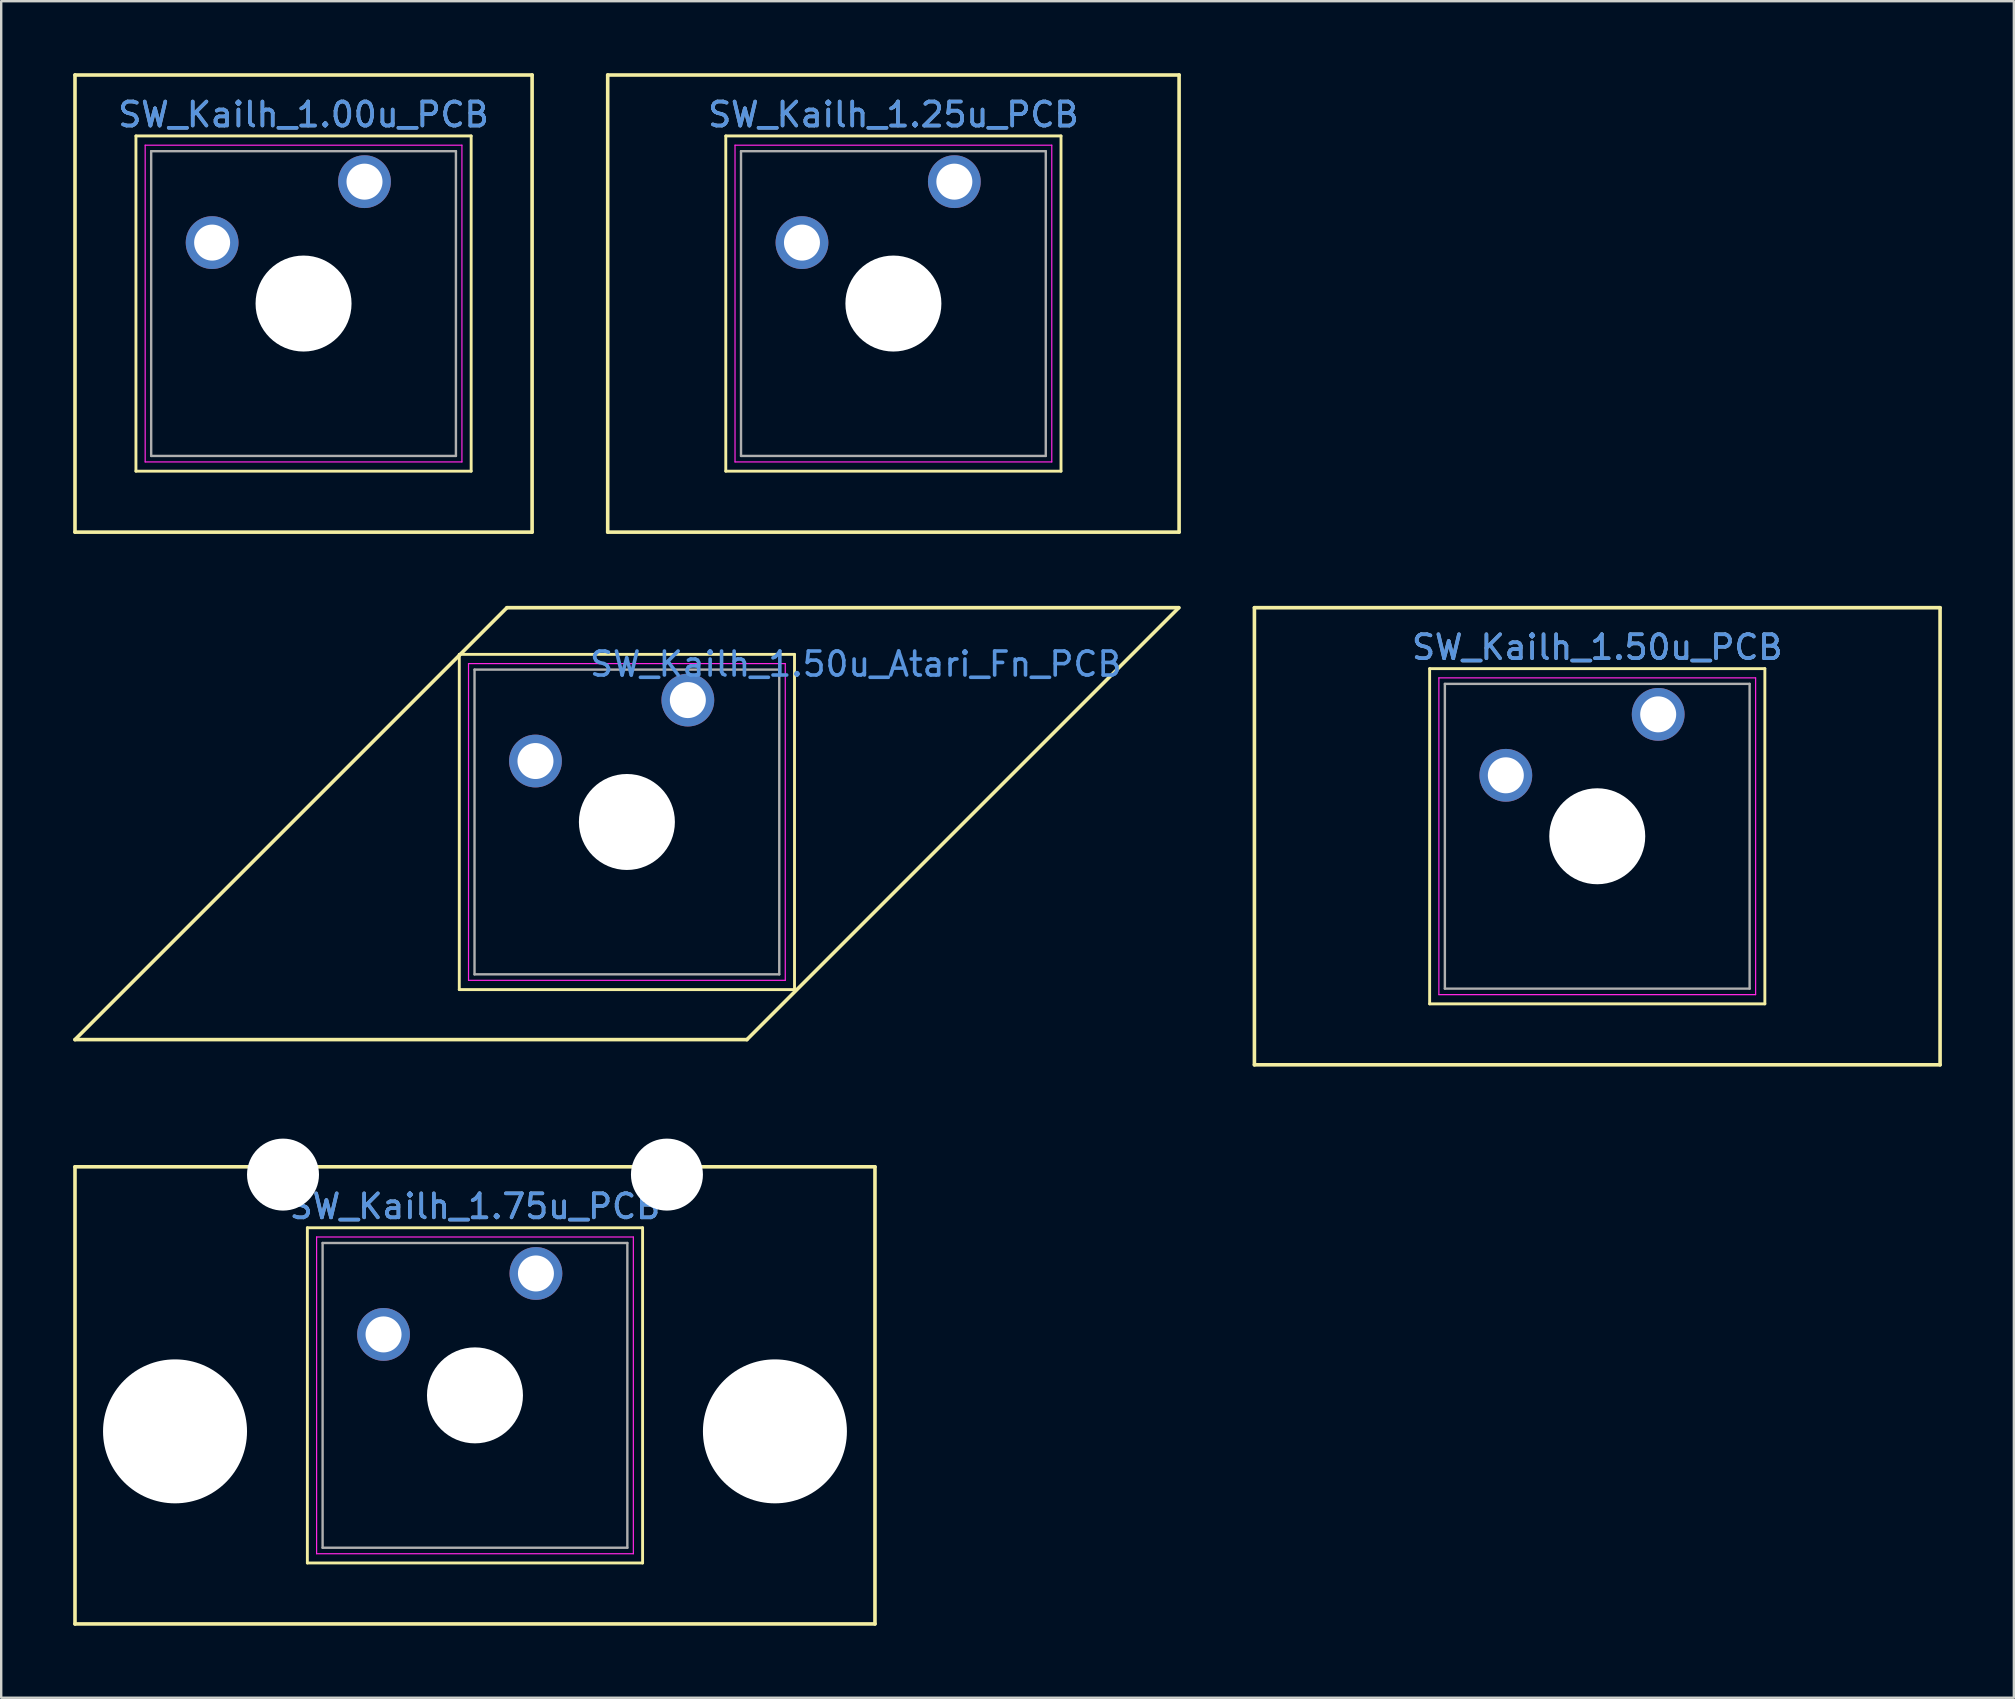
<source format=kicad_pcb>
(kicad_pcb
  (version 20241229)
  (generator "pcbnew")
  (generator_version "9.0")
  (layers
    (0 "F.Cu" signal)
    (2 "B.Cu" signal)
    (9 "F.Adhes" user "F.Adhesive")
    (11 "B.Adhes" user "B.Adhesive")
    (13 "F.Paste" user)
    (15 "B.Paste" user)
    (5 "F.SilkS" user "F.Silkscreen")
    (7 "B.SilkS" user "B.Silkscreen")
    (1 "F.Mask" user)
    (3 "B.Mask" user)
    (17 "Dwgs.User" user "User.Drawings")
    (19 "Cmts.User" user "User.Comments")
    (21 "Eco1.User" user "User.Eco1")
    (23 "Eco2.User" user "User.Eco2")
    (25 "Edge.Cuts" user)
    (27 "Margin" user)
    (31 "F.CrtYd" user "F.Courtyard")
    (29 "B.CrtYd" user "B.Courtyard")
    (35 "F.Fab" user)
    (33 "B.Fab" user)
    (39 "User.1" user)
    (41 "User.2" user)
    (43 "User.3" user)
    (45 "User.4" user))
  (footprint "SW_Kailh_1.50u_Atari_Fn_PCB"
    (layer "F.Cu")
    (at 23.075 31.205)
    (property "Reference" "SW_Kailh_1.50u_Atari_Fn_PCB" (at 9.54 -6.58 0) (layer "Cmts.User") (effects (font (size 1 1) (thickness 0.15))))
    (attr through_hole)
    (fp_line (start -23 9.07) (end -5 -8.93) (stroke (width 0.15) (type solid)) (layer "F.SilkS"))
    (fp_line (start -6.985 -6.985) (end 6.985 -6.985) (stroke (width 0.12) (type solid)) (layer "F.SilkS"))
    (fp_line (start -6.985 6.985) (end -6.985 -6.985) (stroke (width 0.12) (type solid)) (layer "F.SilkS"))
    (fp_line (start -5 -8.93) (end 23 -8.93) (stroke (width 0.15) (type solid)) (layer "F.SilkS"))
    (fp_line (start 5 9.07) (end -23 9.07) (stroke (width 0.15) (type solid)) (layer "F.SilkS"))
    (fp_line (start 6.985 -6.985) (end 6.985 6.985) (stroke (width 0.12) (type solid)) (layer "F.SilkS"))
    (fp_line (start 6.985 6.985) (end -6.985 6.985) (stroke (width 0.12) (type solid)) (layer "F.SilkS"))
    (fp_line (start 23 -8.93) (end 5 9.07) (stroke (width 0.15) (type solid)) (layer "F.SilkS"))
    (fp_line (start -6.6 -6.6) (end 6.6 -6.6) (stroke (width 0.05) (type solid)) (layer "F.CrtYd"))
    (fp_line (start -6.6 6.6) (end -6.6 -6.6) (stroke (width 0.05) (type solid)) (layer "F.CrtYd"))
    (fp_line (start 6.6 -6.6) (end 6.6 6.6) (stroke (width 0.05) (type solid)) (layer "F.CrtYd"))
    (fp_line (start 6.6 6.6) (end -6.6 6.6) (stroke (width 0.05) (type solid)) (layer "F.CrtYd"))
    (fp_line (start -6.35 -6.35) (end 6.35 -6.35) (stroke (width 0.1) (type solid)) (layer "F.Fab"))
    (fp_line (start -6.35 6.35) (end -6.35 -6.35) (stroke (width 0.1) (type solid)) (layer "F.Fab"))
    (fp_line (start 6.35 -6.35) (end 6.35 6.35) (stroke (width 0.1) (type solid)) (layer "F.Fab"))
    (fp_line (start 6.35 6.35) (end -6.35 6.35) (stroke (width 0.1) (type solid)) (layer "F.Fab"))
    (pad "" np_thru_hole circle (at 0 0) (size 4 4) (drill 4) (layers "*.Cu" "*.Mask"))
    (pad "1" thru_hole circle (at 2.54 -5.08) (size 2.2 2.2) (drill 1.5) (layers "*.Cu" "*.Mask"))
    (pad "2" thru_hole circle (at -3.81 -2.54) (size 2.2 2.2) (drill 1.5) (layers "*.Cu" "*.Mask")))
  (footprint "SW_Kailh_1.50u_PCB"
    (layer "F.Cu")
    (at 63.513 31.8)
    (property "Reference" "SW_Kailh_1.50u_PCB" (at 0 -7.874 0) (layer "Cmts.User") (effects (font (size 1 1) (thickness 0.15))))
    (attr through_hole)
    (fp_line (start -14.287 -9.525) (end 14.287 -9.525) (stroke (width 0.15) (type solid)) (layer "F.SilkS"))
    (fp_line (start -14.287 9.525) (end -14.287 -9.525) (stroke (width 0.15) (type solid)) (layer "F.SilkS"))
    (fp_line (start -6.985 -6.985) (end 6.985 -6.985) (stroke (width 0.12) (type solid)) (layer "F.SilkS"))
    (fp_line (start -6.985 6.985) (end -6.985 -6.985) (stroke (width 0.12) (type solid)) (layer "F.SilkS"))
    (fp_line (start 6.985 -6.985) (end 6.985 6.985) (stroke (width 0.12) (type solid)) (layer "F.SilkS"))
    (fp_line (start 6.985 6.985) (end -6.985 6.985) (stroke (width 0.12) (type solid)) (layer "F.SilkS"))
    (fp_line (start 14.287 -9.525) (end 14.287 9.525) (stroke (width 0.15) (type solid)) (layer "F.SilkS"))
    (fp_line (start 14.287 9.525) (end -14.287 9.525) (stroke (width 0.15) (type solid)) (layer "F.SilkS"))
    (fp_line (start -6.6 -6.6) (end 6.6 -6.6) (stroke (width 0.05) (type solid)) (layer "F.CrtYd"))
    (fp_line (start -6.6 6.6) (end -6.6 -6.6) (stroke (width 0.05) (type solid)) (layer "F.CrtYd"))
    (fp_line (start 6.6 -6.6) (end 6.6 6.6) (stroke (width 0.05) (type solid)) (layer "F.CrtYd"))
    (fp_line (start 6.6 6.6) (end -6.6 6.6) (stroke (width 0.05) (type solid)) (layer "F.CrtYd"))
    (fp_line (start -6.35 -6.35) (end 6.35 -6.35) (stroke (width 0.1) (type solid)) (layer "F.Fab"))
    (fp_line (start -6.35 6.35) (end -6.35 -6.35) (stroke (width 0.1) (type solid)) (layer "F.Fab"))
    (fp_line (start 6.35 -6.35) (end 6.35 6.35) (stroke (width 0.1) (type solid)) (layer "F.Fab"))
    (fp_line (start 6.35 6.35) (end -6.35 6.35) (stroke (width 0.1) (type solid)) (layer "F.Fab"))
    (fp_text user "${REFERENCE}" (at 0 -7.874 0) (layer "F.Fab") (effects (font (size 1 1) (thickness 0.15))))
    (pad "" np_thru_hole circle (at 0 0) (size 4 4) (drill 4) (layers "*.Cu" "*.Mask"))
    (pad "1" thru_hole circle (at 2.54 -5.08) (size 2.2 2.2) (drill 1.5) (layers "*.Cu" "*.Mask"))
    (pad "2" thru_hole circle (at -3.81 -2.54) (size 2.2 2.2) (drill 1.5) (layers "*.Cu" "*.Mask")))
  (footprint "SW_Kailh_1.00u_PCB"
    (layer "F.Cu")
    (at 9.6 9.6)
    (property "Reference" "SW_Kailh_1.00u_PCB" (at 0 -7.874 0) (layer "Cmts.User") (effects (font (size 1 1) (thickness 0.15))))
    (attr through_hole)
    (fp_line (start -9.525 -9.525) (end 9.525 -9.525) (stroke (width 0.15) (type solid)) (layer "F.SilkS"))
    (fp_line (start -9.525 9.525) (end -9.525 -9.525) (stroke (width 0.15) (type solid)) (layer "F.SilkS"))
    (fp_line (start -6.985 -6.985) (end 6.985 -6.985) (stroke (width 0.12) (type solid)) (layer "F.SilkS"))
    (fp_line (start -6.985 6.985) (end -6.985 -6.985) (stroke (width 0.12) (type solid)) (layer "F.SilkS"))
    (fp_line (start 6.985 -6.985) (end 6.985 6.985) (stroke (width 0.12) (type solid)) (layer "F.SilkS"))
    (fp_line (start 6.985 6.985) (end -6.985 6.985) (stroke (width 0.12) (type solid)) (layer "F.SilkS"))
    (fp_line (start 9.525 -9.525) (end 9.525 9.525) (stroke (width 0.15) (type solid)) (layer "F.SilkS"))
    (fp_line (start 9.525 9.525) (end -9.525 9.525) (stroke (width 0.15) (type solid)) (layer "F.SilkS"))
    (fp_line (start -6.6 -6.6) (end 6.6 -6.6) (stroke (width 0.05) (type solid)) (layer "F.CrtYd"))
    (fp_line (start -6.6 6.6) (end -6.6 -6.6) (stroke (width 0.05) (type solid)) (layer "F.CrtYd"))
    (fp_line (start 6.6 -6.6) (end 6.6 6.6) (stroke (width 0.05) (type solid)) (layer "F.CrtYd"))
    (fp_line (start 6.6 6.6) (end -6.6 6.6) (stroke (width 0.05) (type solid)) (layer "F.CrtYd"))
    (fp_line (start -6.35 -6.35) (end 6.35 -6.35) (stroke (width 0.1) (type solid)) (layer "F.Fab"))
    (fp_line (start -6.35 6.35) (end -6.35 -6.35) (stroke (width 0.1) (type solid)) (layer "F.Fab"))
    (fp_line (start 6.35 -6.35) (end 6.35 6.35) (stroke (width 0.1) (type solid)) (layer "F.Fab"))
    (fp_line (start 6.35 6.35) (end -6.35 6.35) (stroke (width 0.1) (type solid)) (layer "F.Fab"))
    (fp_text user "${REFERENCE}" (at 0 -7.874 0) (layer "F.Fab") (effects (font (size 1 1) (thickness 0.15))))
    (pad "" np_thru_hole circle (at 0 0) (size 4 4) (drill 4) (layers "*.Cu" "*.Mask"))
    (pad "1" thru_hole circle (at 2.54 -5.08) (size 2.2 2.2) (drill 1.5) (layers "*.Cu" "*.Mask"))
    (pad "2" thru_hole circle (at -3.81 -2.54) (size 2.2 2.2) (drill 1.5) (layers "*.Cu" "*.Mask")))
  (footprint "SW_Kailh_1.25u_PCB"
    (layer "F.Cu")
    (at 34.181 9.6)
    (property "Reference" "SW_Kailh_1.25u_PCB" (at 0 -7.874 0) (layer "Cmts.User") (effects (font (size 1 1) (thickness 0.15))))
    (attr through_hole)
    (fp_line (start -11.906 -9.525) (end 11.906 -9.525) (stroke (width 0.15) (type solid)) (layer "F.SilkS"))
    (fp_line (start -11.906 9.525) (end -11.906 -9.525) (stroke (width 0.15) (type solid)) (layer "F.SilkS"))
    (fp_line (start -6.985 -6.985) (end 6.985 -6.985) (stroke (width 0.12) (type solid)) (layer "F.SilkS"))
    (fp_line (start -6.985 6.985) (end -6.985 -6.985) (stroke (width 0.12) (type solid)) (layer "F.SilkS"))
    (fp_line (start 6.985 -6.985) (end 6.985 6.985) (stroke (width 0.12) (type solid)) (layer "F.SilkS"))
    (fp_line (start 6.985 6.985) (end -6.985 6.985) (stroke (width 0.12) (type solid)) (layer "F.SilkS"))
    (fp_line (start 11.906 -9.525) (end 11.906 9.525) (stroke (width 0.15) (type solid)) (layer "F.SilkS"))
    (fp_line (start 11.906 9.525) (end -11.906 9.525) (stroke (width 0.15) (type solid)) (layer "F.SilkS"))
    (fp_line (start -6.6 -6.6) (end 6.6 -6.6) (stroke (width 0.05) (type solid)) (layer "F.CrtYd"))
    (fp_line (start -6.6 6.6) (end -6.6 -6.6) (stroke (width 0.05) (type solid)) (layer "F.CrtYd"))
    (fp_line (start 6.6 -6.6) (end 6.6 6.6) (stroke (width 0.05) (type solid)) (layer "F.CrtYd"))
    (fp_line (start 6.6 6.6) (end -6.6 6.6) (stroke (width 0.05) (type solid)) (layer "F.CrtYd"))
    (fp_line (start -6.35 -6.35) (end 6.35 -6.35) (stroke (width 0.1) (type solid)) (layer "F.Fab"))
    (fp_line (start -6.35 6.35) (end -6.35 -6.35) (stroke (width 0.1) (type solid)) (layer "F.Fab"))
    (fp_line (start 6.35 -6.35) (end 6.35 6.35) (stroke (width 0.1) (type solid)) (layer "F.Fab"))
    (fp_line (start 6.35 6.35) (end -6.35 6.35) (stroke (width 0.1) (type solid)) (layer "F.Fab"))
    (fp_text user "${REFERENCE}" (at 0 -7.874 0) (layer "F.Fab") (effects (font (size 1 1) (thickness 0.15))))
    (pad "" np_thru_hole circle (at 0 0) (size 4 4) (drill 4) (layers "*.Cu" "*.Mask"))
    (pad "1" thru_hole circle (at 2.54 -5.08) (size 2.2 2.2) (drill 1.5) (layers "*.Cu" "*.Mask"))
    (pad "2" thru_hole circle (at -3.81 -2.54) (size 2.2 2.2) (drill 1.5) (layers "*.Cu" "*.Mask")))
  (footprint "SW_Kailh_1.75u_PCB"
    (layer "F.Cu")
    (at 16.744 55.1)
    (property "Reference" "SW_Kailh_1.75u_PCB" (at 0 -7.874 0) (layer "Cmts.User") (effects (font (size 1 1) (thickness 0.15))))
    (attr through_hole)
    (fp_line (start -16.669 -9.525) (end 16.669 -9.525) (stroke (width 0.15) (type solid)) (layer "F.SilkS"))
    (fp_line (start -16.669 9.525) (end -16.669 -9.525) (stroke (width 0.15) (type solid)) (layer "F.SilkS"))
    (fp_line (start -6.985 -6.985) (end 6.985 -6.985) (stroke (width 0.12) (type solid)) (layer "F.SilkS"))
    (fp_line (start -6.985 6.985) (end -6.985 -6.985) (stroke (width 0.12) (type solid)) (layer "F.SilkS"))
    (fp_line (start 6.985 -6.985) (end 6.985 6.985) (stroke (width 0.12) (type solid)) (layer "F.SilkS"))
    (fp_line (start 6.985 6.985) (end -6.985 6.985) (stroke (width 0.12) (type solid)) (layer "F.SilkS"))
    (fp_line (start 16.669 -9.525) (end 16.669 9.525) (stroke (width 0.15) (type solid)) (layer "F.SilkS"))
    (fp_line (start 16.669 9.525) (end -16.669 9.525) (stroke (width 0.15) (type solid)) (layer "F.SilkS"))
    (fp_line (start -6.6 -6.6) (end 6.6 -6.6) (stroke (width 0.05) (type solid)) (layer "F.CrtYd"))
    (fp_line (start -6.6 6.6) (end -6.6 -6.6) (stroke (width 0.05) (type solid)) (layer "F.CrtYd"))
    (fp_line (start 6.6 -6.6) (end 6.6 6.6) (stroke (width 0.05) (type solid)) (layer "F.CrtYd"))
    (fp_line (start 6.6 6.6) (end -6.6 6.6) (stroke (width 0.05) (type solid)) (layer "F.CrtYd"))
    (fp_line (start -6.35 -6.35) (end 6.35 -6.35) (stroke (width 0.1) (type solid)) (layer "F.Fab"))
    (fp_line (start -6.35 6.35) (end -6.35 -6.35) (stroke (width 0.1) (type solid)) (layer "F.Fab"))
    (fp_line (start 6.35 -6.35) (end 6.35 6.35) (stroke (width 0.1) (type solid)) (layer "F.Fab"))
    (fp_line (start 6.35 6.35) (end -6.35 6.35) (stroke (width 0.1) (type solid)) (layer "F.Fab"))
    (fp_text user "${REFERENCE}" (at 0 -7.874 0) (layer "F.Fab") (effects (font (size 1 1) (thickness 0.15))))
    (pad "" np_thru_hole circle (at -12.5 1.5) (size 6 6) (drill 6) (layers "*.Cu" "*.Mask"))
    (pad "" np_thru_hole circle (at -8 -9.2 292.5) (size 3 3) (drill 3) (layers "*.Cu" "*.Mask"))
    (pad "" np_thru_hole circle (at 0 0) (size 4 4) (drill 4) (layers "*.Cu" "*.Mask"))
    (pad "" np_thru_hole circle (at 8 -9.2 247.5) (size 3 3) (drill 3) (layers "*.Cu" "*.Mask"))
    (pad "" np_thru_hole circle (at 12.5 1.5 180) (size 6 6) (drill 6) (layers "*.Cu" "*.Mask"))
    (pad "1" thru_hole circle (at 2.54 -5.08) (size 2.2 2.2) (drill 1.5) (layers "*.Cu" "*.Mask"))
    (pad "2" thru_hole circle (at -3.81 -2.54) (size 2.2 2.2) (drill 1.5) (layers "*.Cu" "*.Mask")))
  (gr_rect
    (start -3 -3)
    (end 80.875 67.7)
    (stroke (width 0.1) (type default))
    (fill no)
    (layer "Edge.Cuts")))
</source>
